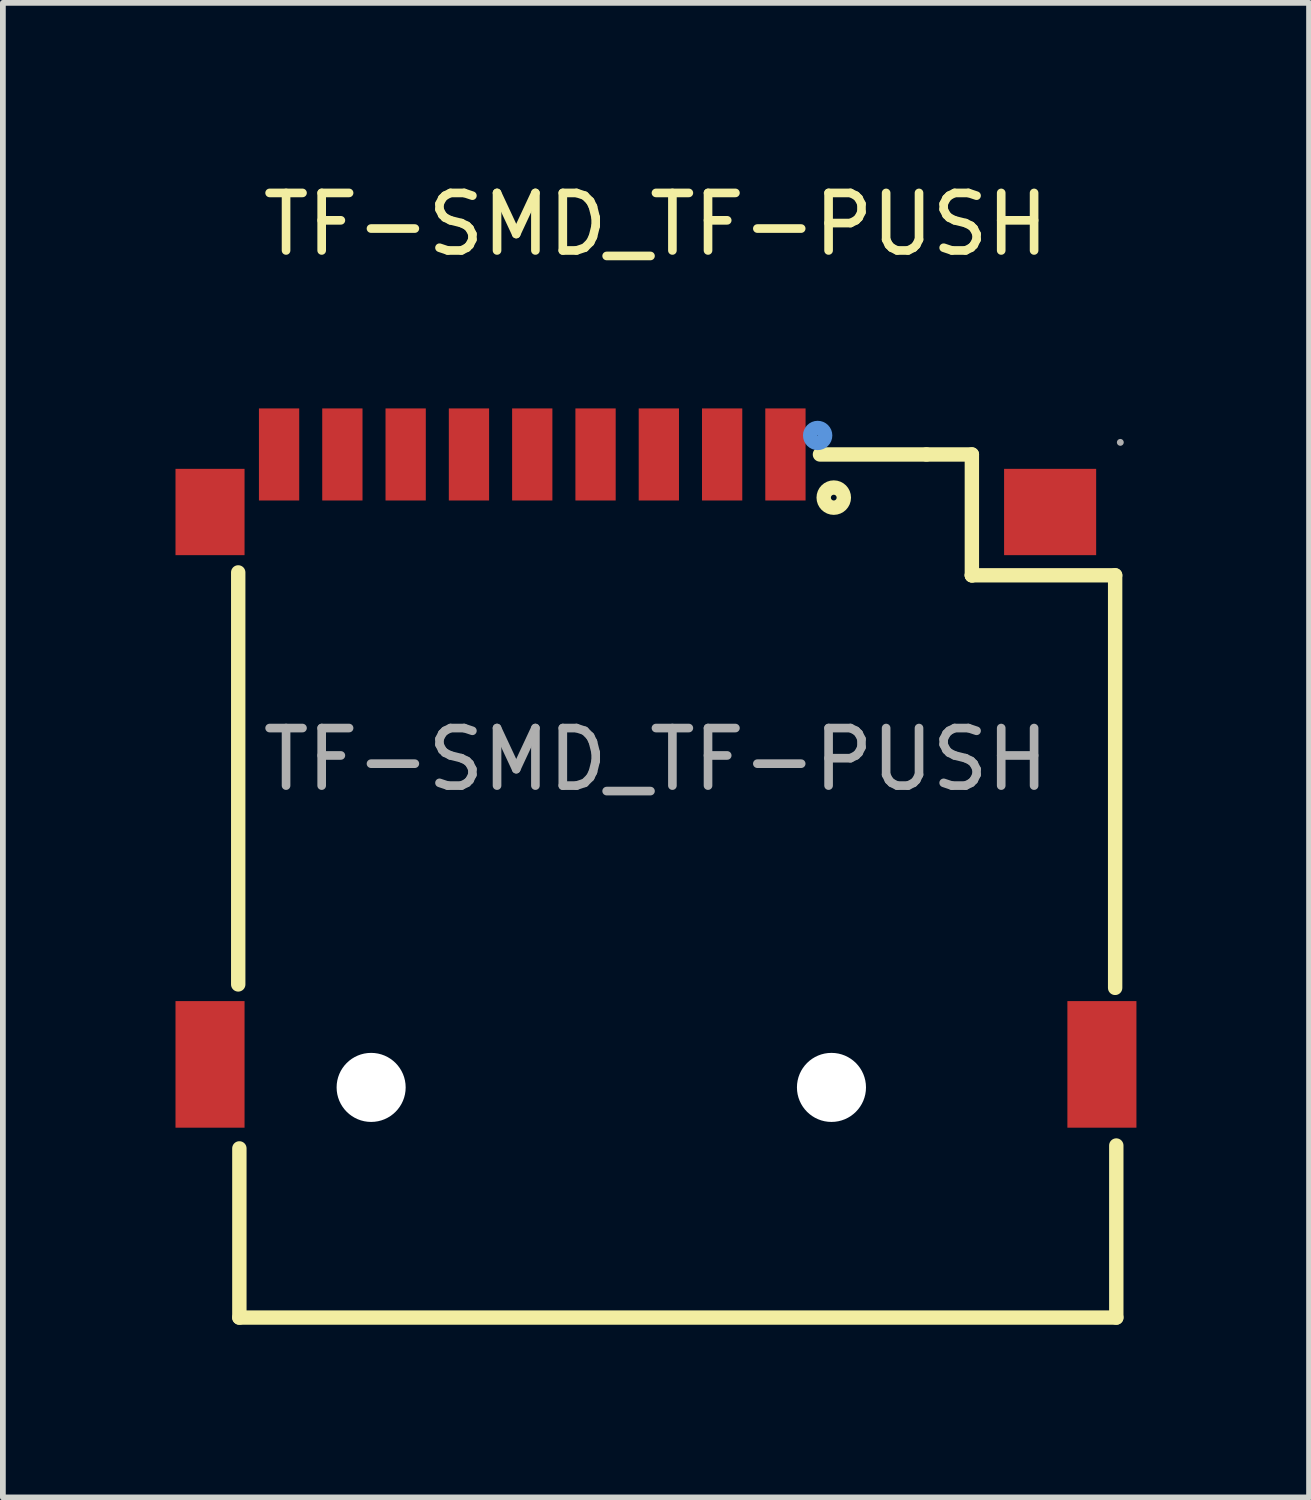
<source format=kicad_pcb>
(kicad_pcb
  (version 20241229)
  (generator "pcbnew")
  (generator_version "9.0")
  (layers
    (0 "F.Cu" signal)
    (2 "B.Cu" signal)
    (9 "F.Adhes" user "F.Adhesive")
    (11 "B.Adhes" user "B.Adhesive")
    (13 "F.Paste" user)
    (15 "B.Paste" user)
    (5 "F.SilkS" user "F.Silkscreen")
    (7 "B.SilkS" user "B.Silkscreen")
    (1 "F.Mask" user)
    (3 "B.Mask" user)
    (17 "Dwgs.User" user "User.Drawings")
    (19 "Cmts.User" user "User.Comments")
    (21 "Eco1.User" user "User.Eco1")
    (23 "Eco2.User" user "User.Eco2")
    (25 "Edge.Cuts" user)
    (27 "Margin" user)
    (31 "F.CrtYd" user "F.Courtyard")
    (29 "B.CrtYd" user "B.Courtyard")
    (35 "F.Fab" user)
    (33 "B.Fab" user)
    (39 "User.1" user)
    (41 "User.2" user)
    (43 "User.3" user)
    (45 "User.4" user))
  (footprint "TF-SMD_TF-PUSH"
    (layer "F.Cu")
    (at 8.35 10.148)
    (property "Reference" "TF-SMD_TF-PUSH" (at 0 -9.3 0) (layer "F.SilkS") (effects (font (size 1 1) (thickness 0.15))))
    (attr smd)
    (fp_line (start -7.26 -3.25) (end -7.26 3.91) (stroke (width 0.25) (type solid)) (layer "F.SilkS"))
    (fp_line (start -7.24 9.7) (end -7.24 6.76) (stroke (width 0.25) (type solid)) (layer "F.SilkS"))
    (fp_line (start -7.24 9.7) (end 8 9.7) (stroke (width 0.25) (type solid)) (layer "F.SilkS"))
    (fp_line (start 4.7 -5.3) (end 2.85 -5.3) (stroke (width 0.25) (type solid)) (layer "F.SilkS"))
    (fp_line (start 4.7 -5.3) (end 5.49 -5.3) (stroke (width 0.25) (type solid)) (layer "F.SilkS"))
    (fp_line (start 5.49 -5.3) (end 5.49 -3.2) (stroke (width 0.25) (type solid)) (layer "F.SilkS"))
    (fp_line (start 5.49 -3.2) (end 5.5 -3.2) (stroke (width 0.25) (type solid)) (layer "F.SilkS"))
    (fp_line (start 7.98 -3.2) (end 5.49 -3.2) (stroke (width 0.25) (type solid)) (layer "F.SilkS"))
    (fp_line (start 7.98 3.97) (end 7.98 -3.2) (stroke (width 0.25) (type solid)) (layer "F.SilkS"))
    (fp_line (start 8 9.7) (end 8 6.71) (stroke (width 0.25) (type solid)) (layer "F.SilkS"))
    (fp_circle (center 3.09 -4.55) (end 3.14 -4.55) (stroke (width 0.25) (type solid)) (fill no) (layer "F.SilkS"))
    (fp_circle (center 2.81 -5.63) (end 2.94 -5.63) (stroke (width 0.25) (type solid)) (fill no) (layer "Cmts.User"))
    (fp_circle (center 8.07 -5.51) (end 8.1 -5.51) (stroke (width 0.06) (type solid)) (fill no) (layer "F.Fab"))
    (fp_text user "${REFERENCE}" (at 0 0 0) (layer "F.Fab") (effects (font (size 1 1) (thickness 0.15))))
    (pad "" np_thru_hole circle (at -4.95 5.7) (size 1.2 1.2) (drill 1.2) (layers "*.Cu" "*.Mask"))
    (pad "" np_thru_hole circle (at 3.05 5.7) (size 1.2 1.2) (drill 1.2) (layers "*.Cu" "*.Mask"))
    (pad "1" smd rect (at 2.25 -5.3) (size 0.7 1.6) (layers "F.Cu" "F.Mask" "F.Paste"))
    (pad "2" smd rect (at 1.15 -5.3) (size 0.7 1.6) (layers "F.Cu" "F.Mask" "F.Paste"))
    (pad "3" smd rect (at 0.05 -5.3) (size 0.7 1.6) (layers "F.Cu" "F.Mask" "F.Paste"))
    (pad "4" smd rect (at -1.05 -5.3) (size 0.7 1.6) (layers "F.Cu" "F.Mask" "F.Paste"))
    (pad "5" smd rect (at -2.15 -5.3) (size 0.7 1.6) (layers "F.Cu" "F.Mask" "F.Paste"))
    (pad "6" smd rect (at -3.25 -5.3) (size 0.7 1.6) (layers "F.Cu" "F.Mask" "F.Paste"))
    (pad "7" smd rect (at -4.35 -5.3) (size 0.7 1.6) (layers "F.Cu" "F.Mask" "F.Paste"))
    (pad "8" smd rect (at -5.45 -5.3) (size 0.7 1.6) (layers "F.Cu" "F.Mask" "F.Paste"))
    (pad "9" smd rect (at -6.55 -5.3) (size 0.7 1.6) (layers "F.Cu" "F.Mask" "F.Paste"))
    (pad "10" smd rect (at -7.75 -4.3) (size 1.2 1.5) (layers "F.Cu" "F.Mask" "F.Paste"))
    (pad "11" smd rect (at -7.75 5.3) (size 1.2 2.2) (layers "F.Cu" "F.Mask" "F.Paste"))
    (pad "12" smd rect (at 7.75 5.3) (size 1.2 2.2) (layers "F.Cu" "F.Mask" "F.Paste"))
    (pad "13" smd rect (at 6.85 -4.3) (size 1.6 1.5) (layers "F.Cu" "F.Mask" "F.Paste")))
  (gr_rect
    (start -3 -3)
    (end 19.7 22.973)
    (stroke (width 0.1) (type default))
    (fill no)
    (layer "Edge.Cuts")))
</source>
